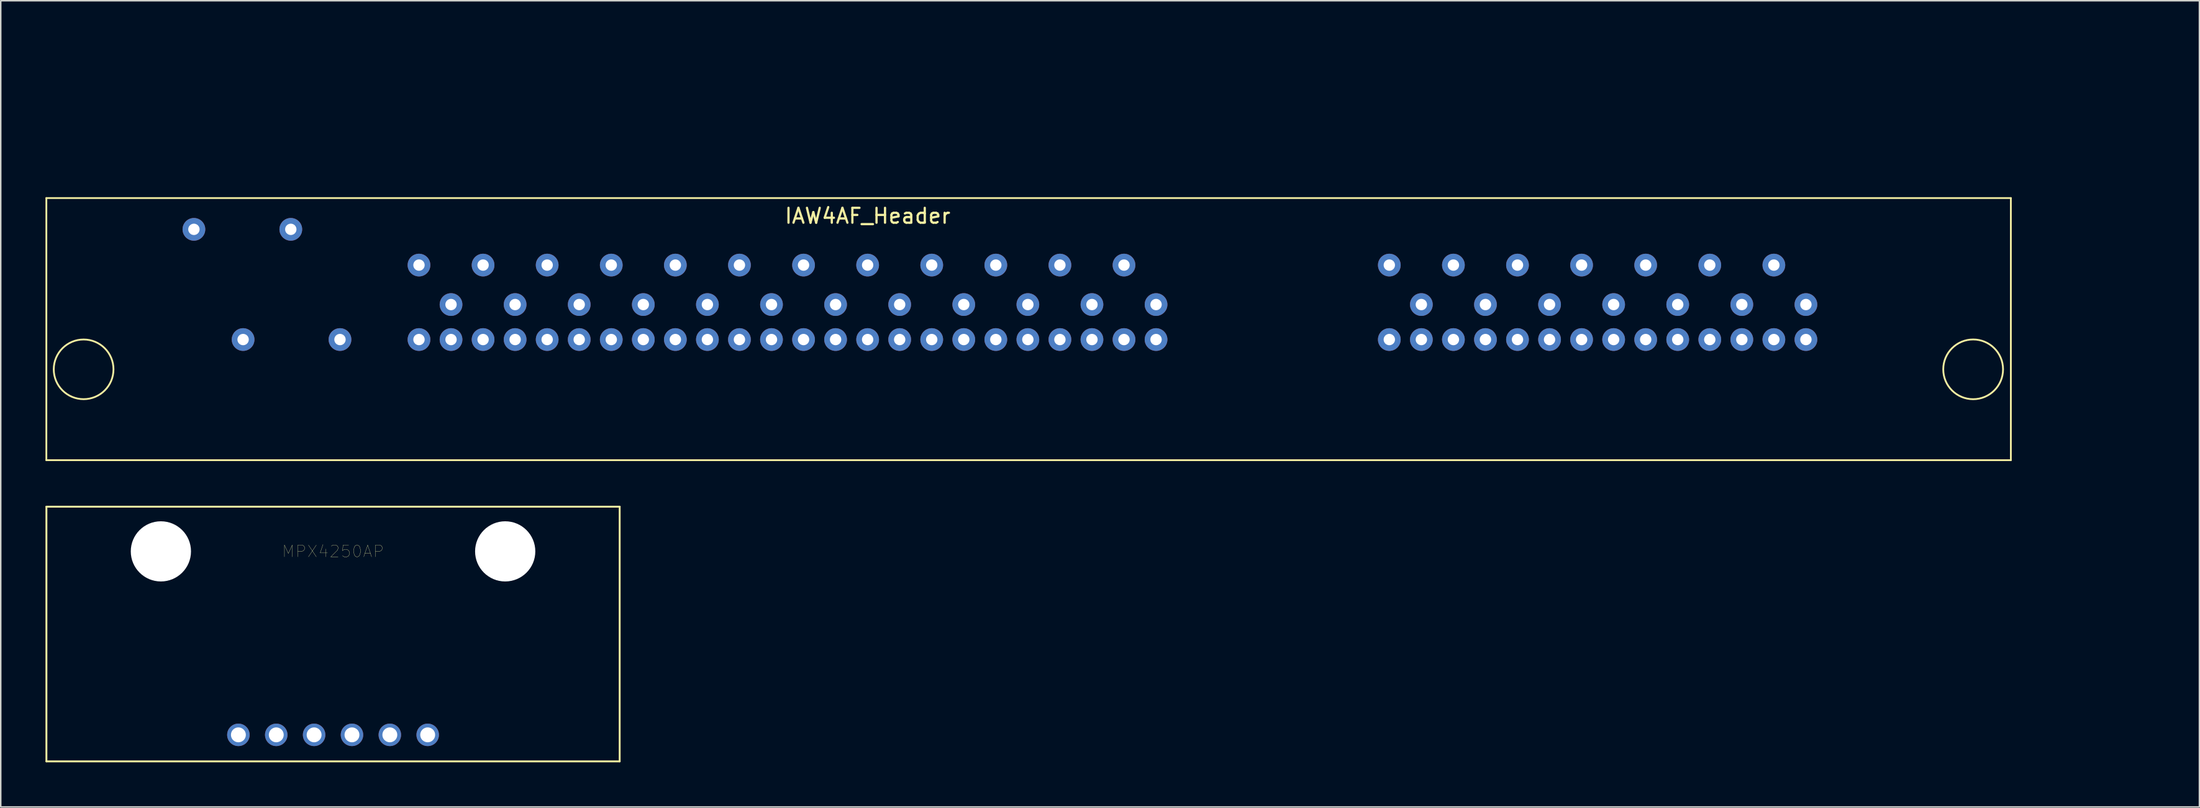
<source format=kicad_pcb>
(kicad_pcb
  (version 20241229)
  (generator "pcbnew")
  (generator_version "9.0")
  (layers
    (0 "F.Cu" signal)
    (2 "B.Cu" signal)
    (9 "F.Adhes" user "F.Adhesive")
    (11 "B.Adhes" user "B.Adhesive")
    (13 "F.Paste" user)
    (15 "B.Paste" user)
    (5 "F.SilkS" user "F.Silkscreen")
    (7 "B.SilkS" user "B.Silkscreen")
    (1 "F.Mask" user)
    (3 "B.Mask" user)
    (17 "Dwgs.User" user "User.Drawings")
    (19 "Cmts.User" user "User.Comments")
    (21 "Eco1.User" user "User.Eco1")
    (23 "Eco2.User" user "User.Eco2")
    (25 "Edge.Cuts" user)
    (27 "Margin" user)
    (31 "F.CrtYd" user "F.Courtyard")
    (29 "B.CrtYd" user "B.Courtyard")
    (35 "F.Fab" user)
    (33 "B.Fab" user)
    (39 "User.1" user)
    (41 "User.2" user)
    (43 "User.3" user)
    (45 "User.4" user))
  (footprint "MPX4250AP"
    (layer "F.Cu")
    (at 19.294 33.974)
    (property "Reference" "MPX4250AP" (at 0 0 0) (layer "F.SilkS") (effects (font (size 0.787 0.787) (thickness 0.015))))
    (attr through_hole)
    (fp_line (start -19.23 -3) (end -19.23 14.1) (stroke (width 0.127) (type solid)) (layer "F.SilkS"))
    (fp_line (start -19.23 -3) (end 19.23 -3) (stroke (width 0.127) (type solid)) (layer "F.SilkS"))
    (fp_line (start -19.23 14.1) (end 19.23 14.1) (stroke (width 0.127) (type solid)) (layer "F.SilkS"))
    (fp_line (start 19.23 14.1) (end 19.23 -3) (stroke (width 0.127) (type solid)) (layer "F.SilkS"))
    (pad "" np_thru_hole circle (at -11.55 0) (size 4.04 4.04) (drill 4.04) (layers "*.Cu" "*.Mask"))
    (pad "" np_thru_hole circle (at 11.55 0) (size 4.04 4.04) (drill 4.04) (layers "*.Cu" "*.Mask"))
    (pad "P$1" thru_hole circle (at 6.35 12.32) (size 1.508 1.508) (drill 1) (layers "*.Cu" "*.Mask"))
    (pad "P$2" thru_hole circle (at 3.81 12.32) (size 1.508 1.508) (drill 1) (layers "*.Cu" "*.Mask"))
    (pad "P$3" thru_hole circle (at 1.27 12.32) (size 1.508 1.508) (drill 1) (layers "*.Cu" "*.Mask"))
    (pad "P$4" thru_hole circle (at -1.27 12.32) (size 1.508 1.508) (drill 1) (layers "*.Cu" "*.Mask"))
    (pad "P$5" thru_hole circle (at -3.81 12.32) (size 1.508 1.508) (drill 1) (layers "*.Cu" "*.Mask"))
    (pad "P$6" thru_hole circle (at -6.35 12.32) (size 1.508 1.508) (drill 1) (layers "*.Cu" "*.Mask")))
  (footprint "IAW4AF_Header"
    (layer "F.Cu")
    (at 141.26 0.25)
    (property "Reference" "IAW4AF_Header" (at -86.1 11.2 0) (layer "F.SilkS") (effects (font (size 1 1) (thickness 0.15))))
    (attr through_hole)
    (fp_line (start -141.2 10) (end -9.4 10) (stroke (width 0.12) (type solid)) (layer "F.SilkS"))
    (fp_line (start -141.2 27.6) (end -141.2 10) (stroke (width 0.12) (type solid)) (layer "F.SilkS"))
    (fp_line (start -141.2 27.6) (end -9.4 27.6) (stroke (width 0.12) (type solid)) (layer "F.SilkS"))
    (fp_line (start -9.4 27.6) (end -9.4 10) (stroke (width 0.12) (type solid)) (layer "F.SilkS"))
    (fp_circle (center -138.7 21.5) (end -137.8 23.29) (stroke (width 0.12) (type solid)) (fill no) (layer "F.SilkS"))
    (fp_circle (center -11.93 21.5) (end -9.94 21.75) (stroke (width 0.12) (type solid)) (fill no) (layer "F.SilkS"))
    (pad "1" thru_hole circle (at -131.3 12.1) (size 1.524 1.524) (drill 0.762) (layers "*.Cu" "*.Mask"))
    (pad "2" thru_hole circle (at -124.8 12.1) (size 1.524 1.524) (drill 0.762) (layers "*.Cu" "*.Mask"))
    (pad "3" thru_hole circle (at -116.2 19.5) (size 1.524 1.524) (drill 0.762) (layers "*.Cu" "*.Mask"))
    (pad "4" thru_hole circle (at -111.9 19.5) (size 1.524 1.524) (drill 0.762) (layers "*.Cu" "*.Mask"))
    (pad "5" thru_hole circle (at -107.6 19.5) (size 1.524 1.524) (drill 0.762) (layers "*.Cu" "*.Mask"))
    (pad "6" thru_hole circle (at -103.3 19.5) (size 1.524 1.524) (drill 0.762) (layers "*.Cu" "*.Mask"))
    (pad "7" thru_hole circle (at -99 19.5) (size 1.524 1.524) (drill 0.762) (layers "*.Cu" "*.Mask"))
    (pad "8" thru_hole circle (at -94.7 19.5) (size 1.524 1.524) (drill 0.762) (layers "*.Cu" "*.Mask"))
    (pad "9" thru_hole circle (at -90.4 19.5) (size 1.524 1.524) (drill 0.762) (layers "*.Cu" "*.Mask"))
    (pad "10" thru_hole circle (at -86.1 19.5) (size 1.524 1.524) (drill 0.762) (layers "*.Cu" "*.Mask"))
    (pad "11" thru_hole circle (at -81.8 19.5) (size 1.524 1.524) (drill 0.762) (layers "*.Cu" "*.Mask"))
    (pad "12" thru_hole circle (at -77.5 19.5) (size 1.524 1.524) (drill 0.762) (layers "*.Cu" "*.Mask"))
    (pad "13" thru_hole circle (at -73.2 19.5) (size 1.524 1.524) (drill 0.762) (layers "*.Cu" "*.Mask"))
    (pad "14" thru_hole circle (at -68.9 19.5) (size 1.524 1.524) (drill 0.762) (layers "*.Cu" "*.Mask"))
    (pad "15" thru_hole circle (at -114.05 19.5) (size 1.524 1.524) (drill 0.762) (layers "*.Cu" "*.Mask"))
    (pad "16" thru_hole circle (at -109.75 19.5) (size 1.524 1.524) (drill 0.762) (layers "*.Cu" "*.Mask"))
    (pad "17" thru_hole circle (at -105.45 19.5) (size 1.524 1.524) (drill 0.762) (layers "*.Cu" "*.Mask"))
    (pad "18" thru_hole circle (at -101.15 19.5) (size 1.524 1.524) (drill 0.762) (layers "*.Cu" "*.Mask"))
    (pad "19" thru_hole circle (at -96.85 19.5) (size 1.524 1.524) (drill 0.762) (layers "*.Cu" "*.Mask"))
    (pad "20" thru_hole circle (at -92.55 19.5) (size 1.524 1.524) (drill 0.762) (layers "*.Cu" "*.Mask"))
    (pad "21" thru_hole circle (at -88.25 19.5) (size 1.524 1.524) (drill 0.762) (layers "*.Cu" "*.Mask"))
    (pad "22" thru_hole circle (at -83.95 19.5) (size 1.524 1.524) (drill 0.762) (layers "*.Cu" "*.Mask"))
    (pad "23" thru_hole circle (at -79.65 19.5) (size 1.524 1.524) (drill 0.762) (layers "*.Cu" "*.Mask"))
    (pad "24" thru_hole circle (at -75.35 19.5) (size 1.524 1.524) (drill 0.762) (layers "*.Cu" "*.Mask"))
    (pad "25" thru_hole circle (at -71.05 19.5) (size 1.524 1.524) (drill 0.762) (layers "*.Cu" "*.Mask"))
    (pad "26" thru_hole circle (at -66.75 19.5) (size 1.524 1.524) (drill 0.762) (layers "*.Cu" "*.Mask"))
    (pad "27" thru_hole circle (at -128 19.5) (size 1.524 1.524) (drill 0.762) (layers "*.Cu" "*.Mask"))
    (pad "28" thru_hole circle (at -121.5 19.5) (size 1.524 1.524) (drill 0.762) (layers "*.Cu" "*.Mask"))
    (pad "29" thru_hole circle (at -116.2 14.5) (size 1.524 1.524) (drill 0.762) (layers "*.Cu" "*.Mask"))
    (pad "30" thru_hole circle (at -111.9 14.5) (size 1.524 1.524) (drill 0.762) (layers "*.Cu" "*.Mask"))
    (pad "31" thru_hole circle (at -107.6 14.5) (size 1.524 1.524) (drill 0.762) (layers "*.Cu" "*.Mask"))
    (pad "32" thru_hole circle (at -103.3 14.5) (size 1.524 1.524) (drill 0.762) (layers "*.Cu" "*.Mask"))
    (pad "33" thru_hole circle (at -99 14.5) (size 1.524 1.524) (drill 0.762) (layers "*.Cu" "*.Mask"))
    (pad "34" thru_hole circle (at -94.7 14.5) (size 1.524 1.524) (drill 0.762) (layers "*.Cu" "*.Mask"))
    (pad "35" thru_hole circle (at -90.4 14.5) (size 1.524 1.524) (drill 0.762) (layers "*.Cu" "*.Mask"))
    (pad "36" thru_hole circle (at -86.1 14.5) (size 1.524 1.524) (drill 0.762) (layers "*.Cu" "*.Mask"))
    (pad "37" thru_hole circle (at -81.8 14.5) (size 1.524 1.524) (drill 0.762) (layers "*.Cu" "*.Mask"))
    (pad "38" thru_hole circle (at -77.5 14.5) (size 1.524 1.524) (drill 0.762) (layers "*.Cu" "*.Mask"))
    (pad "39" thru_hole circle (at -73.2 14.5) (size 1.524 1.524) (drill 0.762) (layers "*.Cu" "*.Mask"))
    (pad "40" thru_hole circle (at -68.9 14.5) (size 1.524 1.524) (drill 0.762) (layers "*.Cu" "*.Mask"))
    (pad "41" thru_hole circle (at -114.05 17.15) (size 1.524 1.524) (drill 0.762) (layers "*.Cu" "*.Mask"))
    (pad "42" thru_hole circle (at -109.75 17.15) (size 1.524 1.524) (drill 0.762) (layers "*.Cu" "*.Mask"))
    (pad "43" thru_hole circle (at -105.45 17.15) (size 1.524 1.524) (drill 0.762) (layers "*.Cu" "*.Mask"))
    (pad "44" thru_hole circle (at -101.15 17.15) (size 1.524 1.524) (drill 0.762) (layers "*.Cu" "*.Mask"))
    (pad "45" thru_hole circle (at -96.85 17.15) (size 1.524 1.524) (drill 0.762) (layers "*.Cu" "*.Mask"))
    (pad "46" thru_hole circle (at -92.55 17.15) (size 1.524 1.524) (drill 0.762) (layers "*.Cu" "*.Mask"))
    (pad "47" thru_hole circle (at -88.25 17.15) (size 1.524 1.524) (drill 0.762) (layers "*.Cu" "*.Mask"))
    (pad "48" thru_hole circle (at -83.95 17.15) (size 1.524 1.524) (drill 0.762) (layers "*.Cu" "*.Mask"))
    (pad "49" thru_hole circle (at -79.65 17.15) (size 1.524 1.524) (drill 0.762) (layers "*.Cu" "*.Mask"))
    (pad "50" thru_hole circle (at -75.35 17.15) (size 1.524 1.524) (drill 0.762) (layers "*.Cu" "*.Mask"))
    (pad "51" thru_hole circle (at -71.05 17.15) (size 1.524 1.524) (drill 0.762) (layers "*.Cu" "*.Mask"))
    (pad "52" thru_hole circle (at -66.75 17.15) (size 1.524 1.524) (drill 0.762) (layers "*.Cu" "*.Mask"))
    (pad "53" thru_hole circle (at -51.1 19.5) (size 1.524 1.524) (drill 0.762) (layers "*.Cu" "*.Mask"))
    (pad "54" thru_hole circle (at -46.8 19.5) (size 1.524 1.524) (drill 0.762) (layers "*.Cu" "*.Mask"))
    (pad "55" thru_hole circle (at -42.5 19.5) (size 1.524 1.524) (drill 0.762) (layers "*.Cu" "*.Mask"))
    (pad "56" thru_hole circle (at -38.2 19.5) (size 1.524 1.524) (drill 0.762) (layers "*.Cu" "*.Mask"))
    (pad "57" thru_hole circle (at -33.9 19.5) (size 1.524 1.524) (drill 0.762) (layers "*.Cu" "*.Mask"))
    (pad "58" thru_hole circle (at -29.6 19.5) (size 1.524 1.524) (drill 0.762) (layers "*.Cu" "*.Mask"))
    (pad "59" thru_hole circle (at -25.3 19.5) (size 1.524 1.524) (drill 0.762) (layers "*.Cu" "*.Mask"))
    (pad "60" thru_hole circle (at -48.95 19.5) (size 1.524 1.524) (drill 0.762) (layers "*.Cu" "*.Mask"))
    (pad "61" thru_hole circle (at -44.65 19.5) (size 1.524 1.524) (drill 0.762) (layers "*.Cu" "*.Mask"))
    (pad "62" thru_hole circle (at -40.35 19.5) (size 1.524 1.524) (drill 0.762) (layers "*.Cu" "*.Mask"))
    (pad "63" thru_hole circle (at -36.05 19.5) (size 1.524 1.524) (drill 0.762) (layers "*.Cu" "*.Mask"))
    (pad "64" thru_hole circle (at -31.75 19.5) (size 1.524 1.524) (drill 0.762) (layers "*.Cu" "*.Mask"))
    (pad "65" thru_hole circle (at -27.45 19.5) (size 1.524 1.524) (drill 0.762) (layers "*.Cu" "*.Mask"))
    (pad "66" thru_hole circle (at -23.15 19.5) (size 1.524 1.524) (drill 0.762) (layers "*.Cu" "*.Mask"))
    (pad "67" thru_hole circle (at -51.1 14.5) (size 1.524 1.524) (drill 0.762) (layers "*.Cu" "*.Mask"))
    (pad "68" thru_hole circle (at -46.8 14.5) (size 1.524 1.524) (drill 0.762) (layers "*.Cu" "*.Mask"))
    (pad "69" thru_hole circle (at -42.5 14.5) (size 1.524 1.524) (drill 0.762) (layers "*.Cu" "*.Mask"))
    (pad "70" thru_hole circle (at -38.2 14.5) (size 1.524 1.524) (drill 0.762) (layers "*.Cu" "*.Mask"))
    (pad "71" thru_hole circle (at -33.9 14.5) (size 1.524 1.524) (drill 0.762) (layers "*.Cu" "*.Mask"))
    (pad "72" thru_hole circle (at -29.6 14.5) (size 1.524 1.524) (drill 0.762) (layers "*.Cu" "*.Mask"))
    (pad "73" thru_hole circle (at -25.3 14.5) (size 1.524 1.524) (drill 0.762) (layers "*.Cu" "*.Mask"))
    (pad "74" thru_hole circle (at -48.95 17.15) (size 1.524 1.524) (drill 0.762) (layers "*.Cu" "*.Mask"))
    (pad "75" thru_hole circle (at -44.65 17.15) (size 1.524 1.524) (drill 0.762) (layers "*.Cu" "*.Mask"))
    (pad "76" thru_hole circle (at -40.35 17.15) (size 1.524 1.524) (drill 0.762) (layers "*.Cu" "*.Mask"))
    (pad "77" thru_hole circle (at -36.05 17.15) (size 1.524 1.524) (drill 0.762) (layers "*.Cu" "*.Mask"))
    (pad "78" thru_hole circle (at -31.75 17.15) (size 1.524 1.524) (drill 0.762) (layers "*.Cu" "*.Mask"))
    (pad "79" thru_hole circle (at -27.45 17.15) (size 1.524 1.524) (drill 0.762) (layers "*.Cu" "*.Mask"))
    (pad "80" thru_hole circle (at -23.15 17.15) (size 1.524 1.524) (drill 0.762) (layers "*.Cu" "*.Mask")))
  (gr_rect
    (start -3 -3)
    (end 144.51 51.137)
    (stroke (width 0.1) (type default))
    (fill no)
    (layer "Edge.Cuts")))
</source>
